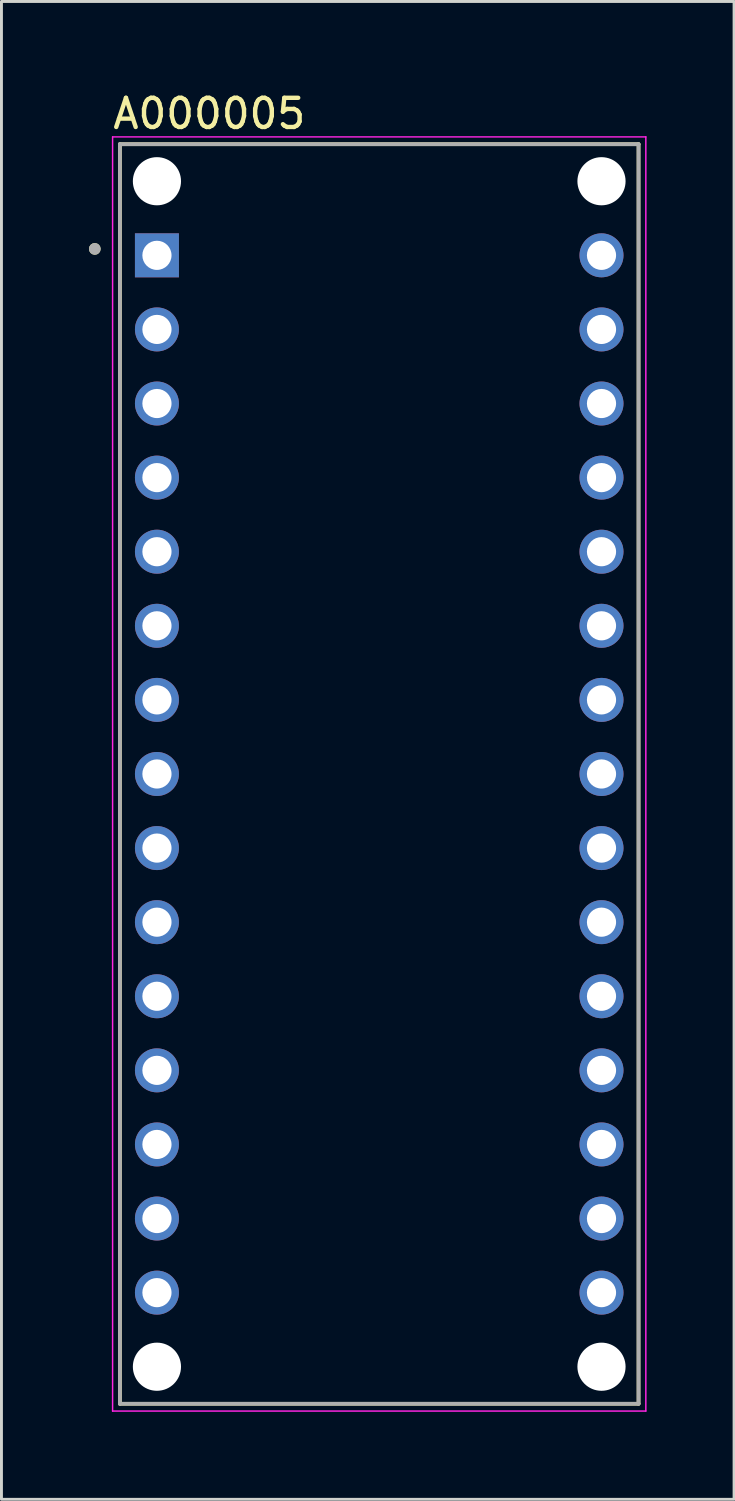
<source format=kicad_pcb>
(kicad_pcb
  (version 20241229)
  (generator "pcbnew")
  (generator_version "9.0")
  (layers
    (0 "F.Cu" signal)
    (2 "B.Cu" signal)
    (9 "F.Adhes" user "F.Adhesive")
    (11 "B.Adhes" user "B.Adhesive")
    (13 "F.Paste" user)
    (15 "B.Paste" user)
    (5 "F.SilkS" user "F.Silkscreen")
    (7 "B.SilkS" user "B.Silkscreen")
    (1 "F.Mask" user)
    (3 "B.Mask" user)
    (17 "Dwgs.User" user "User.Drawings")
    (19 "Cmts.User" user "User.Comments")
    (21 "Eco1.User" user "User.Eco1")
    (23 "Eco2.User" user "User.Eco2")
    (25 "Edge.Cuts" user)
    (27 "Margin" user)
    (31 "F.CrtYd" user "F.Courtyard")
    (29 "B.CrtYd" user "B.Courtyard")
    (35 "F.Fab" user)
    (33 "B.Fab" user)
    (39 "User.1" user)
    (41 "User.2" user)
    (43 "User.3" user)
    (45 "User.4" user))
  (footprint "A000005"
    (layer "F.Cu")
    (at 9.95 23.483)
    (property "Reference" "A000005" (at -5.825 -22.635 0) (layer "F.SilkS") (effects (font (size 1 1) (thickness 0.15))))
    (attr through_hole)
    (fp_line (start -8.89 -21.59) (end 8.89 -21.59) (stroke (width 0.127) (type solid)) (layer "F.SilkS"))
    (fp_line (start -8.89 21.59) (end -8.89 -21.59) (stroke (width 0.127) (type solid)) (layer "F.SilkS"))
    (fp_line (start 8.89 -21.59) (end 8.89 21.59) (stroke (width 0.127) (type solid)) (layer "F.SilkS"))
    (fp_line (start 8.89 21.59) (end -8.89 21.59) (stroke (width 0.127) (type solid)) (layer "F.SilkS"))
    (fp_circle (center -9.75 -18) (end -9.65 -18) (stroke (width 0.2) (type solid)) (fill no) (layer "F.SilkS"))
    (fp_line (start -9.14 -21.84) (end 9.14 -21.84) (stroke (width 0.05) (type solid)) (layer "F.CrtYd"))
    (fp_line (start -9.14 21.84) (end -9.14 -21.84) (stroke (width 0.05) (type solid)) (layer "F.CrtYd"))
    (fp_line (start 9.14 -21.84) (end 9.14 21.84) (stroke (width 0.05) (type solid)) (layer "F.CrtYd"))
    (fp_line (start 9.14 21.84) (end -9.14 21.84) (stroke (width 0.05) (type solid)) (layer "F.CrtYd"))
    (fp_line (start -8.89 -21.59) (end 8.89 -21.59) (stroke (width 0.127) (type solid)) (layer "F.Fab"))
    (fp_line (start -8.89 21.59) (end -8.89 -21.59) (stroke (width 0.127) (type solid)) (layer "F.Fab"))
    (fp_line (start 8.89 -21.59) (end 8.89 21.59) (stroke (width 0.127) (type solid)) (layer "F.Fab"))
    (fp_line (start 8.89 21.59) (end -8.89 21.59) (stroke (width 0.127) (type solid)) (layer "F.Fab"))
    (fp_circle (center -9.75 -18) (end -9.65 -18) (stroke (width 0.2) (type solid)) (fill no) (layer "F.Fab"))
    (pad "" np_thru_hole circle (at -7.62 -20.32) (size 1.651 1.651) (drill 1.651) (layers "*.Cu" "*.Mask"))
    (pad "" np_thru_hole circle (at -7.62 20.32) (size 1.651 1.651) (drill 1.651) (layers "*.Cu" "*.Mask"))
    (pad "" np_thru_hole circle (at 7.62 -20.32) (size 1.651 1.651) (drill 1.651) (layers "*.Cu" "*.Mask"))
    (pad "" np_thru_hole circle (at 7.62 20.32) (size 1.651 1.651) (drill 1.651) (layers "*.Cu" "*.Mask"))
    (pad "1" thru_hole rect (at -7.62 -17.78) (size 1.508 1.508) (drill 1) (layers "*.Cu" "*.Mask"))
    (pad "2" thru_hole circle (at -7.62 -15.24) (size 1.508 1.508) (drill 1) (layers "*.Cu" "*.Mask"))
    (pad "3" thru_hole circle (at -7.62 -12.7) (size 1.508 1.508) (drill 1) (layers "*.Cu" "*.Mask"))
    (pad "4" thru_hole circle (at -7.62 -10.16) (size 1.508 1.508) (drill 1) (layers "*.Cu" "*.Mask"))
    (pad "5" thru_hole circle (at -7.62 -7.62) (size 1.508 1.508) (drill 1) (layers "*.Cu" "*.Mask"))
    (pad "6" thru_hole circle (at -7.62 -5.08) (size 1.508 1.508) (drill 1) (layers "*.Cu" "*.Mask"))
    (pad "7" thru_hole circle (at -7.62 -2.54) (size 1.508 1.508) (drill 1) (layers "*.Cu" "*.Mask"))
    (pad "8" thru_hole circle (at -7.62 0) (size 1.508 1.508) (drill 1) (layers "*.Cu" "*.Mask"))
    (pad "9" thru_hole circle (at -7.62 2.54) (size 1.508 1.508) (drill 1) (layers "*.Cu" "*.Mask"))
    (pad "10" thru_hole circle (at -7.62 5.08) (size 1.508 1.508) (drill 1) (layers "*.Cu" "*.Mask"))
    (pad "11" thru_hole circle (at -7.62 7.62) (size 1.508 1.508) (drill 1) (layers "*.Cu" "*.Mask"))
    (pad "12" thru_hole circle (at -7.62 10.16) (size 1.508 1.508) (drill 1) (layers "*.Cu" "*.Mask"))
    (pad "13" thru_hole circle (at -7.62 12.7) (size 1.508 1.508) (drill 1) (layers "*.Cu" "*.Mask"))
    (pad "14" thru_hole circle (at -7.62 15.24) (size 1.508 1.508) (drill 1) (layers "*.Cu" "*.Mask"))
    (pad "15" thru_hole circle (at -7.62 17.78) (size 1.508 1.508) (drill 1) (layers "*.Cu" "*.Mask"))
    (pad "16" thru_hole circle (at 7.62 17.78) (size 1.508 1.508) (drill 1) (layers "*.Cu" "*.Mask"))
    (pad "17" thru_hole circle (at 7.62 15.24) (size 1.508 1.508) (drill 1) (layers "*.Cu" "*.Mask"))
    (pad "18" thru_hole circle (at 7.62 12.7) (size 1.508 1.508) (drill 1) (layers "*.Cu" "*.Mask"))
    (pad "19" thru_hole circle (at 7.62 10.16) (size 1.508 1.508) (drill 1) (layers "*.Cu" "*.Mask"))
    (pad "20" thru_hole circle (at 7.62 7.62) (size 1.508 1.508) (drill 1) (layers "*.Cu" "*.Mask"))
    (pad "21" thru_hole circle (at 7.62 5.08) (size 1.508 1.508) (drill 1) (layers "*.Cu" "*.Mask"))
    (pad "22" thru_hole circle (at 7.62 2.54) (size 1.508 1.508) (drill 1) (layers "*.Cu" "*.Mask"))
    (pad "23" thru_hole circle (at 7.62 0) (size 1.508 1.508) (drill 1) (layers "*.Cu" "*.Mask"))
    (pad "24" thru_hole circle (at 7.62 -2.54) (size 1.508 1.508) (drill 1) (layers "*.Cu" "*.Mask"))
    (pad "25" thru_hole circle (at 7.62 -5.08) (size 1.508 1.508) (drill 1) (layers "*.Cu" "*.Mask"))
    (pad "26" thru_hole circle (at 7.62 -7.62) (size 1.508 1.508) (drill 1) (layers "*.Cu" "*.Mask"))
    (pad "27" thru_hole circle (at 7.62 -10.16) (size 1.508 1.508) (drill 1) (layers "*.Cu" "*.Mask"))
    (pad "28" thru_hole circle (at 7.62 -12.7) (size 1.508 1.508) (drill 1) (layers "*.Cu" "*.Mask"))
    (pad "29" thru_hole circle (at 7.62 -15.24) (size 1.508 1.508) (drill 1) (layers "*.Cu" "*.Mask"))
    (pad "30" thru_hole circle (at 7.62 -17.78) (size 1.508 1.508) (drill 1) (layers "*.Cu" "*.Mask")))
  (gr_rect
    (start -3 -3)
    (end 22.115 48.348)
    (stroke (width 0.1) (type default))
    (fill no)
    (layer "Edge.Cuts")))
</source>
